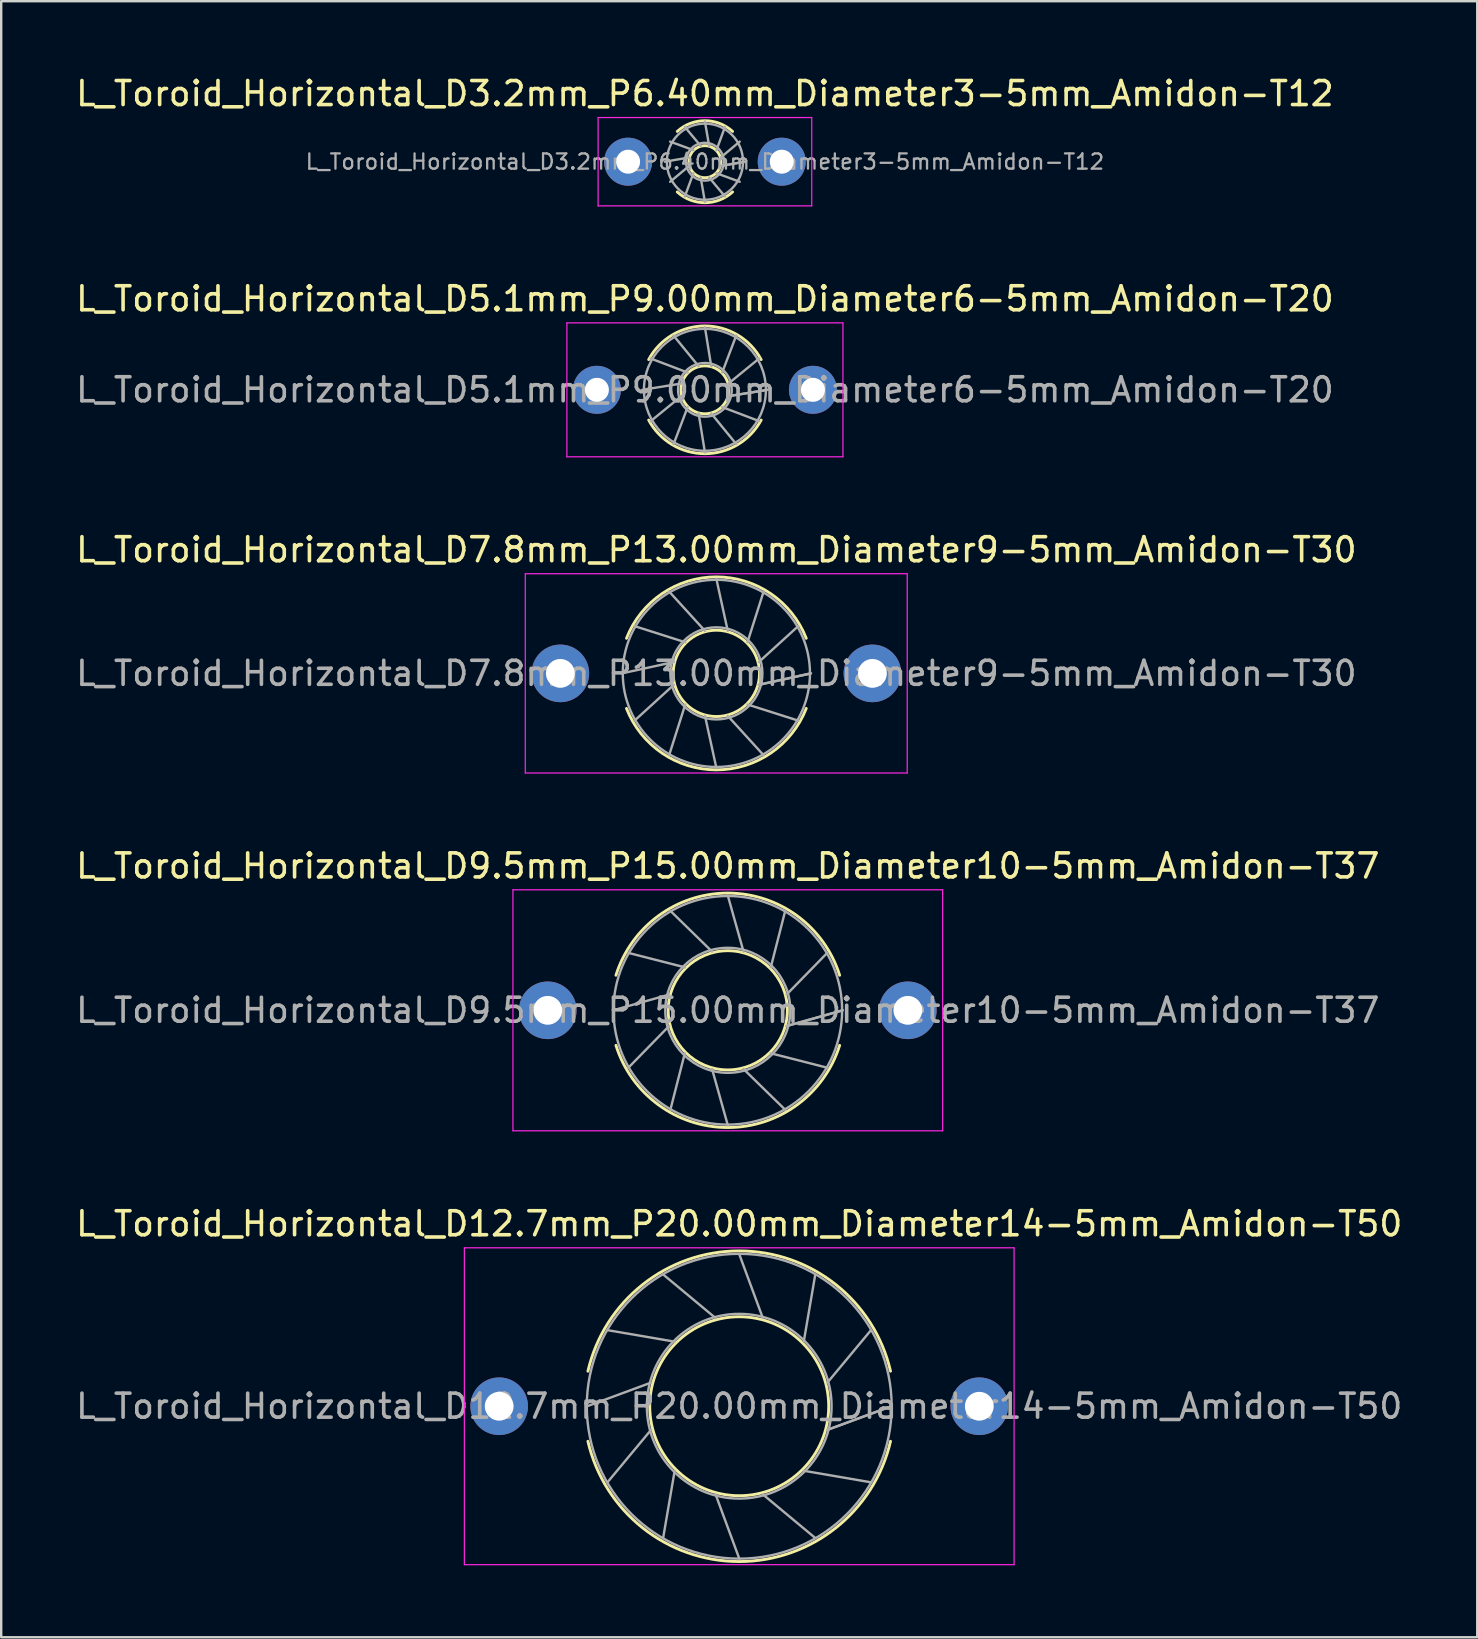
<source format=kicad_pcb>
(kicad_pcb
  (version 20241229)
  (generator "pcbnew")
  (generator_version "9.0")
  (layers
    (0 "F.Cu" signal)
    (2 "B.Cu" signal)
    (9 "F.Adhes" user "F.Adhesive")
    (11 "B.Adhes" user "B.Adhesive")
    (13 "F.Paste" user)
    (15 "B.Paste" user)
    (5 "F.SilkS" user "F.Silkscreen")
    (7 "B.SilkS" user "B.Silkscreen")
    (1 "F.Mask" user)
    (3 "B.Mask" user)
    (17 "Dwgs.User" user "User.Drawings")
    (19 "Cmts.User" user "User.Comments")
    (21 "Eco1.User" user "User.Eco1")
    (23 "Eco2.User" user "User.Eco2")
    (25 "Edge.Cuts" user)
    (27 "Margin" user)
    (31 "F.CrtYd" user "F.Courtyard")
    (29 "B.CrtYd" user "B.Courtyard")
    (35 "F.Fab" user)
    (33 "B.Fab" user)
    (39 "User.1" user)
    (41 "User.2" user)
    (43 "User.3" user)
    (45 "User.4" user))
  (footprint "L_Toroid_Horizontal_D3.2mm_P6.40mm_Diameter3-5mm_Amidon-T12"
    (layer "F.Cu")
    (at 23.115 3.686)
    (property "Reference" "L_Toroid_Horizontal_D3.2mm_P6.40mm_Diameter3-5mm_Amidon-T12" (at 3.2 -2.837 0) (layer "F.SilkS") (effects (font (size 1 1) (thickness 0.15))))
    (attr through_hole)
    (fp_arc (start 2.04763 -1.26) (mid 3.2 -1.7075) (end 4.35237 -1.26) (stroke (width 0.12) (type solid)) (layer "F.SilkS"))
    (fp_arc (start 4.35237 1.26) (mid 3.2 1.7075) (end 2.04763 1.26) (stroke (width 0.12) (type solid)) (layer "F.SilkS"))
    (fp_circle (center 3.2 0) (end 3.867 0) (stroke (width 0.12) (type solid)) (fill no) (layer "F.SilkS"))
    (fp_line (start -1.25 -1.84) (end -1.25 1.84) (stroke (width 0.05) (type solid)) (layer "F.CrtYd"))
    (fp_line (start -1.25 1.84) (end 7.65 1.84) (stroke (width 0.05) (type solid)) (layer "F.CrtYd"))
    (fp_line (start 7.65 -1.84) (end -1.25 -1.84) (stroke (width 0.05) (type solid)) (layer "F.CrtYd"))
    (fp_line (start 7.65 1.84) (end 7.65 -1.84) (stroke (width 0.05) (type solid)) (layer "F.CrtYd"))
    (fp_line (start 1.527 0.000155) (end 2.542 -0.176) (stroke (width 0.1) (type solid)) (layer "F.Fab"))
    (fp_line (start 1.751 -0.837) (end 2.719 -0.481) (stroke (width 0.1) (type solid)) (layer "F.Fab"))
    (fp_line (start 1.751 0.837) (end 2.542 0.176) (stroke (width 0.1) (type solid)) (layer "F.Fab"))
    (fp_line (start 2.363 -1.449) (end 3.024 -0.658) (stroke (width 0.1) (type solid)) (layer "F.Fab"))
    (fp_line (start 2.363 1.449) (end 2.719 0.481) (stroke (width 0.1) (type solid)) (layer "F.Fab"))
    (fp_line (start 3.2 -1.673) (end 3.376 -0.658) (stroke (width 0.1) (type solid)) (layer "F.Fab"))
    (fp_line (start 3.2 1.673) (end 3.024 0.658) (stroke (width 0.1) (type solid)) (layer "F.Fab"))
    (fp_line (start 4.036 -1.449) (end 3.681 -0.481) (stroke (width 0.1) (type solid)) (layer "F.Fab"))
    (fp_line (start 4.037 1.449) (end 3.376 0.658) (stroke (width 0.1) (type solid)) (layer "F.Fab"))
    (fp_line (start 4.649 -0.837) (end 3.858 -0.176) (stroke (width 0.1) (type solid)) (layer "F.Fab"))
    (fp_line (start 4.649 0.837) (end 3.681 0.481) (stroke (width 0.1) (type solid)) (layer "F.Fab"))
    (fp_line (start 4.873 -0.00031) (end 3.858 0.176) (stroke (width 0.1) (type solid)) (layer "F.Fab"))
    (fp_line (start 4.873 0) (end 3.858 0.176) (stroke (width 0.1) (type solid)) (layer "F.Fab"))
    (fp_circle (center 3.2 0) (end 3.987 0) (stroke (width 0.1) (type solid)) (fill no) (layer "F.Fab"))
    (fp_circle (center 3.2 0) (end 4.787 0) (stroke (width 0.1) (type solid)) (fill no) (layer "F.Fab"))
    (fp_text user "${REFERENCE}" (at 3.2 0 0) (layer "F.Fab") (effects (font (size 0.635 0.635) (thickness 0.095))))
    (pad "1" thru_hole circle (at 0 0) (size 2 2) (drill 1) (layers "*.Cu" "*.Mask"))
    (pad "2" thru_hole circle (at 6.4 0) (size 2 2) (drill 1) (layers "*.Cu" "*.Mask")))
  (footprint "L_Toroid_Horizontal_D7.8mm_P13.00mm_Diameter9-5mm_Amidon-T30"
    (layer "F.Cu")
    (at 20.292 25.001)
    (property "Reference" "L_Toroid_Horizontal_D7.8mm_P13.00mm_Diameter9-5mm_Amidon-T30" (at 6.5 -5.149 0) (layer "F.SilkS") (effects (font (size 1 1) (thickness 0.15))))
    (attr through_hole)
    (fp_arc (start 2.755677 -1.46) (mid 6.5 -4.0189) (end 10.244323 -1.46) (stroke (width 0.12) (type solid)) (layer "F.SilkS"))
    (fp_arc (start 10.244323 1.46) (mid 6.5 4.0189) (end 2.755677 1.46) (stroke (width 0.12) (type solid)) (layer "F.SilkS"))
    (fp_circle (center 6.5 0) (end 8.298 0) (stroke (width 0.12) (type solid)) (fill no) (layer "F.SilkS"))
    (fp_line (start -1.46 -4.15) (end -1.46 4.15) (stroke (width 0.05) (type solid)) (layer "F.CrtYd"))
    (fp_line (start -1.46 4.15) (end 14.45 4.15) (stroke (width 0.05) (type solid)) (layer "F.CrtYd"))
    (fp_line (start 14.45 -4.15) (end -1.46 -4.15) (stroke (width 0.05) (type solid)) (layer "F.CrtYd"))
    (fp_line (start 14.45 4.15) (end 14.45 -4.15) (stroke (width 0.05) (type solid)) (layer "F.CrtYd"))
    (fp_line (start 2.561 0.000365) (end 4.729 -0.474) (stroke (width 0.1) (type solid)) (layer "F.Fab"))
    (fp_line (start 3.089 -1.969) (end 5.203 -1.296) (stroke (width 0.1) (type solid)) (layer "F.Fab"))
    (fp_line (start 3.089 1.97) (end 4.729 0.475) (stroke (width 0.1) (type solid)) (layer "F.Fab"))
    (fp_line (start 4.53 -3.411) (end 6.025 -1.771) (stroke (width 0.1) (type solid)) (layer "F.Fab"))
    (fp_line (start 4.531 3.411) (end 5.204 1.297) (stroke (width 0.1) (type solid)) (layer "F.Fab"))
    (fp_line (start 6.499 -3.939) (end 6.974 -1.771) (stroke (width 0.1) (type solid)) (layer "F.Fab"))
    (fp_line (start 6.5 3.939) (end 6.026 1.771) (stroke (width 0.1) (type solid)) (layer "F.Fab"))
    (fp_line (start 8.469 -3.411) (end 7.796 -1.297) (stroke (width 0.1) (type solid)) (layer "F.Fab"))
    (fp_line (start 8.469 3.411) (end 6.975 1.771) (stroke (width 0.1) (type solid)) (layer "F.Fab"))
    (fp_line (start 9.911 -1.97) (end 8.271 -0.475) (stroke (width 0.1) (type solid)) (layer "F.Fab"))
    (fp_line (start 9.911 1.969) (end 7.797 1.297) (stroke (width 0.1) (type solid)) (layer "F.Fab"))
    (fp_line (start 10.439 -0.001) (end 8.271 0.474) (stroke (width 0.1) (type solid)) (layer "F.Fab"))
    (fp_line (start 10.439 0) (end 8.271 0.475) (stroke (width 0.1) (type solid)) (layer "F.Fab"))
    (fp_circle (center 6.5 0) (end 8.418 0) (stroke (width 0.1) (type solid)) (fill no) (layer "F.Fab"))
    (fp_circle (center 6.5 0) (end 10.399 0) (stroke (width 0.1) (type solid)) (fill no) (layer "F.Fab"))
    (fp_text user "${REFERENCE}" (at 6.5 0 0) (layer "F.Fab") (effects (font (size 1 1) (thickness 0.15))))
    (pad "1" thru_hole circle (at 0 0) (size 2.4 2.4) (drill 1.2) (layers "*.Cu" "*.Mask"))
    (pad "2" thru_hole circle (at 13 0) (size 2.4 2.4) (drill 1.2) (layers "*.Cu" "*.Mask")))
  (footprint "L_Toroid_Horizontal_D5.1mm_P9.00mm_Diameter6-5mm_Amidon-T20"
    (layer "F.Cu")
    (at 21.815 13.189)
    (property "Reference" "L_Toroid_Horizontal_D5.1mm_P9.00mm_Diameter6-5mm_Amidon-T20" (at 4.5 -3.79 0) (layer "F.SilkS") (effects (font (size 1 1) (thickness 0.15))))
    (attr through_hole)
    (fp_arc (start 2.157352 -1.26) (mid 4.5 -2.66) (end 6.842648 -1.26) (stroke (width 0.12) (type solid)) (layer "F.SilkS"))
    (fp_arc (start 6.842648 1.26) (mid 4.5 2.66) (end 2.157352 1.26) (stroke (width 0.12) (type solid)) (layer "F.SilkS"))
    (fp_circle (center 4.5 0) (end 5.498 0) (stroke (width 0.12) (type solid)) (fill no) (layer "F.SilkS"))
    (fp_line (start -1.25 -2.79) (end -1.25 2.79) (stroke (width 0.05) (type solid)) (layer "F.CrtYd"))
    (fp_line (start -1.25 2.79) (end 10.25 2.79) (stroke (width 0.05) (type solid)) (layer "F.CrtYd"))
    (fp_line (start 10.25 -2.79) (end -1.25 -2.79) (stroke (width 0.05) (type solid)) (layer "F.CrtYd"))
    (fp_line (start 10.25 2.79) (end 10.25 -2.79) (stroke (width 0.05) (type solid)) (layer "F.CrtYd"))
    (fp_line (start 1.893 0.000242) (end 3.517 -0.263) (stroke (width 0.1) (type solid)) (layer "F.Fab"))
    (fp_line (start 2.242 -1.303) (end 3.78 -0.719) (stroke (width 0.1) (type solid)) (layer "F.Fab"))
    (fp_line (start 2.243 1.304) (end 3.517 0.263) (stroke (width 0.1) (type solid)) (layer "F.Fab"))
    (fp_line (start 3.196 -2.257) (end 4.237 -0.983) (stroke (width 0.1) (type solid)) (layer "F.Fab"))
    (fp_line (start 3.197 2.258) (end 3.781 0.72) (stroke (width 0.1) (type solid)) (layer "F.Fab"))
    (fp_line (start 4.5 -2.607) (end 4.763 -0.983) (stroke (width 0.1) (type solid)) (layer "F.Fab"))
    (fp_line (start 4.5 2.607) (end 4.237 0.983) (stroke (width 0.1) (type solid)) (layer "F.Fab"))
    (fp_line (start 5.803 -2.258) (end 5.219 -0.72) (stroke (width 0.1) (type solid)) (layer "F.Fab"))
    (fp_line (start 5.803 2.258) (end 4.763 0.983) (stroke (width 0.1) (type solid)) (layer "F.Fab"))
    (fp_line (start 6.757 -1.304) (end 5.483 -0.264) (stroke (width 0.1) (type solid)) (layer "F.Fab"))
    (fp_line (start 6.758 1.303) (end 5.22 0.72) (stroke (width 0.1) (type solid)) (layer "F.Fab"))
    (fp_line (start 7.107 -0.000483) (end 5.483 0.263) (stroke (width 0.1) (type solid)) (layer "F.Fab"))
    (fp_line (start 7.107 0) (end 5.483 0.263) (stroke (width 0.1) (type solid)) (layer "F.Fab"))
    (fp_circle (center 4.5 0) (end 5.618 0) (stroke (width 0.1) (type solid)) (fill no) (layer "F.Fab"))
    (fp_circle (center 4.5 0) (end 7.04 0) (stroke (width 0.1) (type solid)) (fill no) (layer "F.Fab"))
    (fp_text user "${REFERENCE}" (at 4.5 0 0) (layer "F.Fab") (effects (font (size 1 1) (thickness 0.15))))
    (pad "1" thru_hole circle (at 0 0) (size 2 2) (drill 1) (layers "*.Cu" "*.Mask"))
    (pad "2" thru_hole circle (at 9 0) (size 2 2) (drill 1) (layers "*.Cu" "*.Mask")))
  (footprint "L_Toroid_Horizontal_D12.7mm_P20.00mm_Diameter14-5mm_Amidon-T50"
    (layer "F.Cu")
    (at 17.744 55.53)
    (property "Reference" "L_Toroid_Horizontal_D12.7mm_P20.00mm_Diameter14-5mm_Amidon-T50" (at 10 -7.6 0) (layer "F.SilkS") (effects (font (size 1 1) (thickness 0.15))))
    (attr through_hole)
    (fp_arc (start 3.696882 -1.46) (mid 10 -6.47) (end 16.303118 -1.46) (stroke (width 0.12) (type solid)) (layer "F.SilkS"))
    (fp_arc (start 16.303118 1.46) (mid 10 6.47) (end 3.696882 1.46) (stroke (width 0.12) (type solid)) (layer "F.SilkS"))
    (fp_circle (center 10 0) (end 13.728 0) (stroke (width 0.12) (type solid)) (fill no) (layer "F.SilkS"))
    (fp_line (start -1.45 -6.6) (end -1.45 6.6) (stroke (width 0.05) (type solid)) (layer "F.CrtYd"))
    (fp_line (start -1.45 6.6) (end 21.45 6.6) (stroke (width 0.05) (type solid)) (layer "F.CrtYd"))
    (fp_line (start 21.45 -6.6) (end -1.45 -6.6) (stroke (width 0.05) (type solid)) (layer "F.CrtYd"))
    (fp_line (start 21.45 6.6) (end 21.45 -6.6) (stroke (width 0.05) (type solid)) (layer "F.CrtYd"))
    (fp_line (start 3.659 0.001) (end 6.327 -0.984) (stroke (width 0.1) (type solid)) (layer "F.Fab"))
    (fp_line (start 4.509 -3.17) (end 7.311 -2.689) (stroke (width 0.1) (type solid)) (layer "F.Fab"))
    (fp_line (start 4.509 3.171) (end 6.327 0.985) (stroke (width 0.1) (type solid)) (layer "F.Fab"))
    (fp_line (start 6.829 -5.491) (end 9.015 -3.673) (stroke (width 0.1) (type solid)) (layer "F.Fab"))
    (fp_line (start 6.83 5.491) (end 7.311 2.689) (stroke (width 0.1) (type solid)) (layer "F.Fab"))
    (fp_line (start 9.999 -6.341) (end 10.984 -3.673) (stroke (width 0.1) (type solid)) (layer "F.Fab"))
    (fp_line (start 10 6.341) (end 9.016 3.673) (stroke (width 0.1) (type solid)) (layer "F.Fab"))
    (fp_line (start 13.169 -5.492) (end 12.688 -2.689) (stroke (width 0.1) (type solid)) (layer "F.Fab"))
    (fp_line (start 13.17 5.491) (end 10.984 3.673) (stroke (width 0.1) (type solid)) (layer "F.Fab"))
    (fp_line (start 15.491 -3.171) (end 13.673 -0.985) (stroke (width 0.1) (type solid)) (layer "F.Fab"))
    (fp_line (start 15.491 3.17) (end 12.689 2.689) (stroke (width 0.1) (type solid)) (layer "F.Fab"))
    (fp_line (start 16.341 -0.001) (end 13.673 0.983) (stroke (width 0.1) (type solid)) (layer "F.Fab"))
    (fp_line (start 16.341 0) (end 13.673 0.984) (stroke (width 0.1) (type solid)) (layer "F.Fab"))
    (fp_circle (center 10 0) (end 13.848 0) (stroke (width 0.1) (type solid)) (fill no) (layer "F.Fab"))
    (fp_circle (center 10 0) (end 16.35 0) (stroke (width 0.1) (type solid)) (fill no) (layer "F.Fab"))
    (fp_text user "${REFERENCE}" (at 10 0 0) (layer "F.Fab") (effects (font (size 1 1) (thickness 0.15))))
    (pad "1" thru_hole circle (at 0 0) (size 2.4 2.4) (drill 1.2) (layers "*.Cu" "*.Mask"))
    (pad "2" thru_hole circle (at 20 0) (size 2.4 2.4) (drill 1.2) (layers "*.Cu" "*.Mask")))
  (footprint "L_Toroid_Horizontal_D9.5mm_P15.00mm_Diameter10-5mm_Amidon-T37"
    (layer "F.Cu")
    (at 19.768 39.037)
    (property "Reference" "L_Toroid_Horizontal_D9.5mm_P15.00mm_Diameter10-5mm_Amidon-T37" (at 7.5 -6.013 0) (layer "F.SilkS") (effects (font (size 1 1) (thickness 0.15))))
    (attr through_hole)
    (fp_arc (start 2.840901 -1.46) (mid 7.5 -4.8825) (end 12.159099 -1.46) (stroke (width 0.12) (type solid)) (layer "F.SilkS"))
    (fp_arc (start 12.159099 1.46) (mid 7.5 4.8825) (end 2.840901 1.46) (stroke (width 0.12) (type solid)) (layer "F.SilkS"))
    (fp_circle (center 7.5 0) (end 9.983 0) (stroke (width 0.12) (type solid)) (fill no) (layer "F.SilkS"))
    (fp_line (start -1.45 -5.02) (end -1.45 5.02) (stroke (width 0.05) (type solid)) (layer "F.CrtYd"))
    (fp_line (start -1.45 5.02) (end 16.45 5.02) (stroke (width 0.05) (type solid)) (layer "F.CrtYd"))
    (fp_line (start 16.45 -5.02) (end -1.45 -5.02) (stroke (width 0.05) (type solid)) (layer "F.CrtYd"))
    (fp_line (start 16.45 5.02) (end 16.45 -5.02) (stroke (width 0.05) (type solid)) (layer "F.CrtYd"))
    (fp_line (start 2.715 0.000443) (end 5.053 -0.655) (stroke (width 0.1) (type solid)) (layer "F.Fab"))
    (fp_line (start 3.356 -2.392) (end 5.709 -1.791) (stroke (width 0.1) (type solid)) (layer "F.Fab"))
    (fp_line (start 3.356 2.393) (end 5.053 0.656) (stroke (width 0.1) (type solid)) (layer "F.Fab"))
    (fp_line (start 5.107 -4.144) (end 6.844 -2.447) (stroke (width 0.1) (type solid)) (layer "F.Fab"))
    (fp_line (start 5.108 4.144) (end 5.709 1.791) (stroke (width 0.1) (type solid)) (layer "F.Fab"))
    (fp_line (start 7.499 -4.785) (end 8.155 -2.447) (stroke (width 0.1) (type solid)) (layer "F.Fab"))
    (fp_line (start 7.5 4.785) (end 6.845 2.447) (stroke (width 0.1) (type solid)) (layer "F.Fab"))
    (fp_line (start 9.892 -4.144) (end 9.291 -1.792) (stroke (width 0.1) (type solid)) (layer "F.Fab"))
    (fp_line (start 9.893 4.144) (end 8.156 2.447) (stroke (width 0.1) (type solid)) (layer "F.Fab"))
    (fp_line (start 11.643 -2.393) (end 9.947 -0.656) (stroke (width 0.1) (type solid)) (layer "F.Fab"))
    (fp_line (start 11.644 2.392) (end 9.291 1.791) (stroke (width 0.1) (type solid)) (layer "F.Fab"))
    (fp_line (start 12.285 -0.001) (end 9.947 0.655) (stroke (width 0.1) (type solid)) (layer "F.Fab"))
    (fp_line (start 12.285 0) (end 9.947 0.656) (stroke (width 0.1) (type solid)) (layer "F.Fab"))
    (fp_circle (center 7.5 0) (end 10.104 0) (stroke (width 0.1) (type solid)) (fill no) (layer "F.Fab"))
    (fp_circle (center 7.5 0) (end 12.262 0) (stroke (width 0.1) (type solid)) (fill no) (layer "F.Fab"))
    (fp_text user "${REFERENCE}" (at 7.5 0 0) (layer "F.Fab") (effects (font (size 1 1) (thickness 0.15))))
    (pad "1" thru_hole circle (at 0 0) (size 2.4 2.4) (drill 1.2) (layers "*.Cu" "*.Mask"))
    (pad "2" thru_hole circle (at 15 0) (size 2.4 2.4) (drill 1.2) (layers "*.Cu" "*.Mask")))
  (gr_rect
    (start -3 -3)
    (end 58.488 65.155)
    (stroke (width 0.1) (type default))
    (fill no)
    (layer "Edge.Cuts")))
</source>
